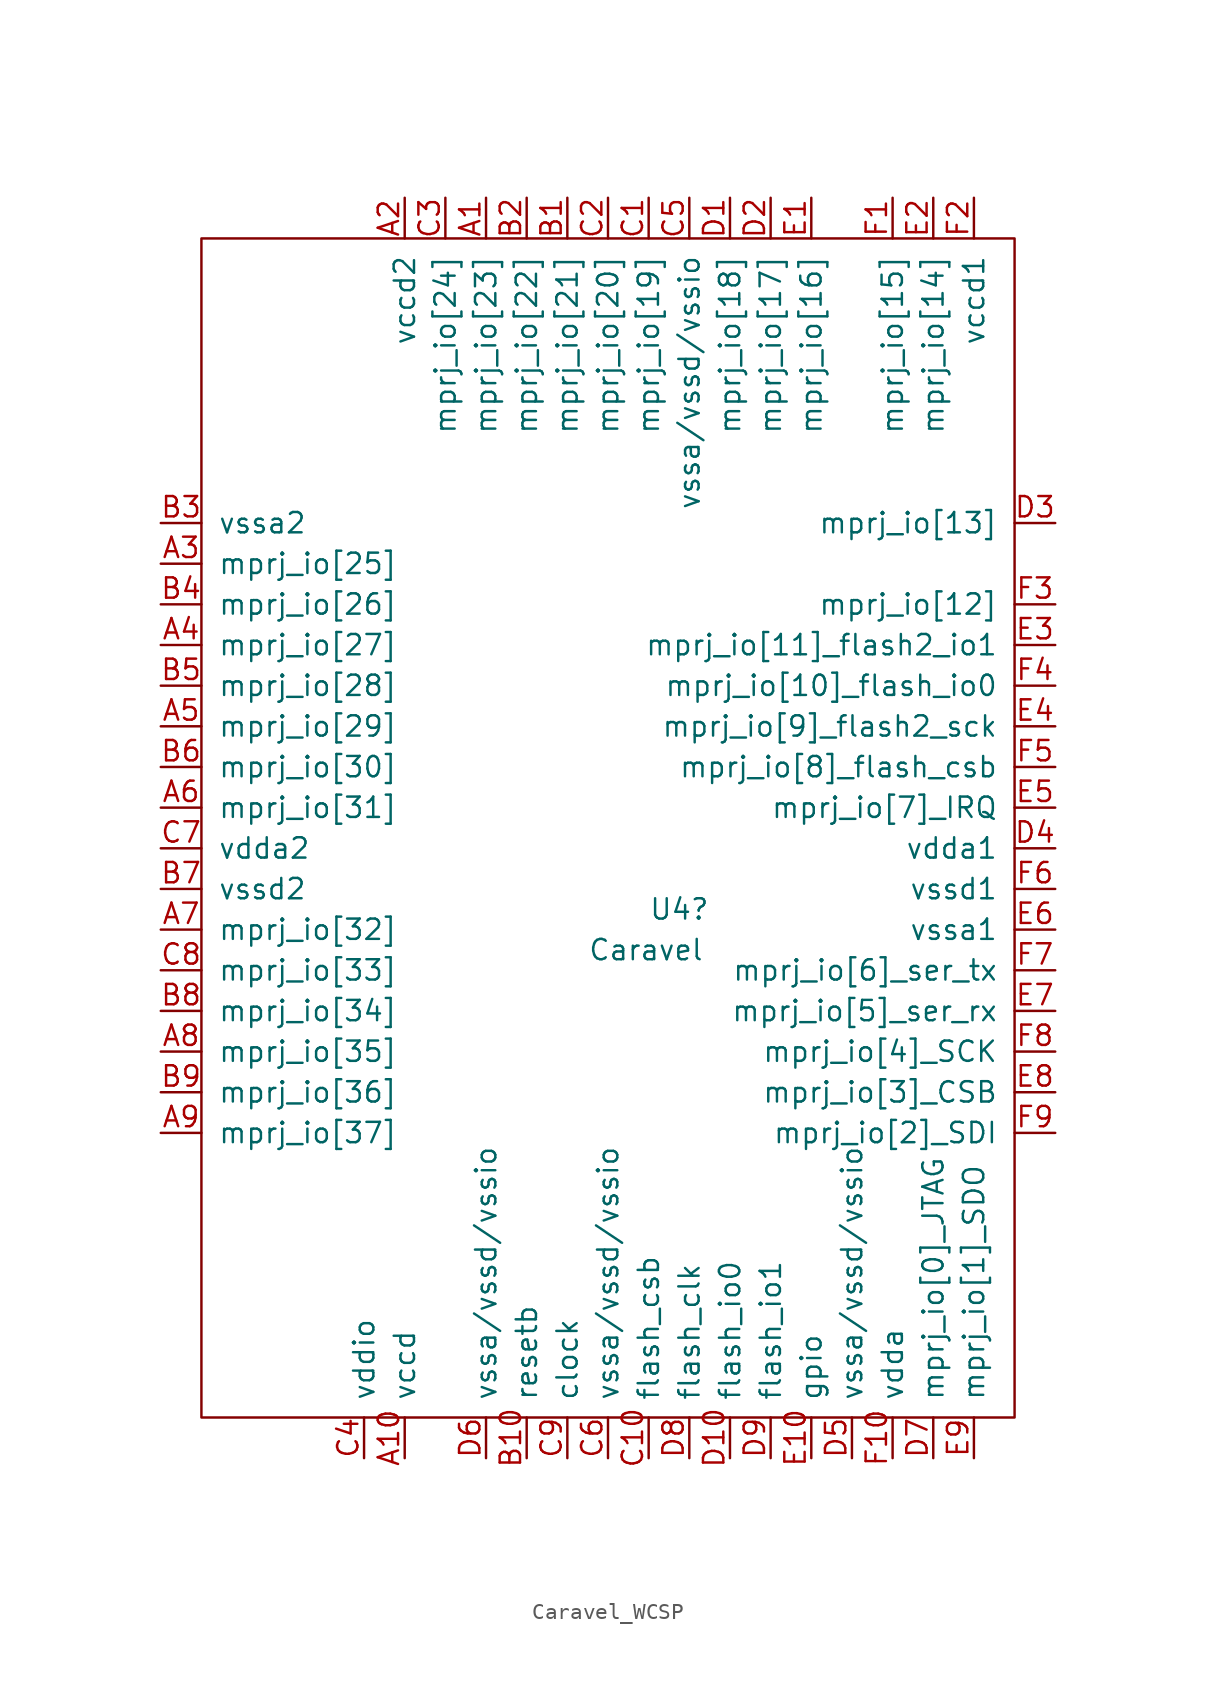
<source format=kicad_sym>
(kicad_symbol_lib
  (version 20231120)
  (generator "kicad_symbol_editor")
  (generator_version "8.0")
  (symbol "Caravel_WCSP"
    (pin_names
      (offset 1.016))
    (property "Reference" "U4"
      (at 3.81 -10.16 0)
      (effects (font (size 1.27 1.27)) (justify left)))
    (property "Value" "Caravel"
      (at 0 -12.7 0)
      (effects (font (size 1.27 1.27)) (justify left)))
    (symbol "Caravel_WCSP_0_1"
      (rectangle (start -24.13 31.75) (end 26.67 -41.91) (stroke (width 0) (type default)) (fill (type none))))
    (symbol "Caravel_WCSP_1_1"
      (pin bidirectional line (at -6.35 34.29 270) (length 2.54) (name "mprj_io[23]" (effects (font (size 1.27 1.27)))) (number "A1" (effects (font (size 1.27 1.27)))))
      (pin power_in line (at -11.43 -44.45 90) (length 2.54) (name "vccd" (effects (font (size 1.27 1.27)))) (number "A10" (effects (font (size 1.27 1.27)))))
      (pin power_in line (at -11.43 34.29 270) (length 2.54) (name "vccd2" (effects (font (size 1.27 1.27)))) (number "A2" (effects (font (size 1.27 1.27)))))
      (pin bidirectional line (at -26.67 11.43 0) (length 2.54) (name "mprj_io[25]" (effects (font (size 1.27 1.27)))) (number "A3" (effects (font (size 1.27 1.27)))))
      (pin bidirectional line (at -26.67 6.35 0) (length 2.54) (name "mprj_io[27]" (effects (font (size 1.27 1.27)))) (number "A4" (effects (font (size 1.27 1.27)))))
      (pin bidirectional line (at -26.67 1.27 0) (length 2.54) (name "mprj_io[29]" (effects (font (size 1.27 1.27)))) (number "A5" (effects (font (size 1.27 1.27)))))
      (pin bidirectional line (at -26.67 -3.81 0) (length 2.54) (name "mprj_io[31]" (effects (font (size 1.27 1.27)))) (number "A6" (effects (font (size 1.27 1.27)))))
      (pin bidirectional line (at -26.67 -11.43 0) (length 2.54) (name "mprj_io[32]" (effects (font (size 1.27 1.27)))) (number "A7" (effects (font (size 1.27 1.27)))))
      (pin bidirectional line (at -26.67 -19.05 0) (length 2.54) (name "mprj_io[35]" (effects (font (size 1.27 1.27)))) (number "A8" (effects (font (size 1.27 1.27)))))
      (pin bidirectional line (at -26.67 -24.13 0) (length 2.54) (name "mprj_io[37]" (effects (font (size 1.27 1.27)))) (number "A9" (effects (font (size 1.27 1.27)))))
      (pin bidirectional line (at -1.27 34.29 270) (length 2.54) (name "mprj_io[21]" (effects (font (size 1.27 1.27)))) (number "B1" (effects (font (size 1.27 1.27)))))
      (pin input line (at -3.81 -44.45 90) (length 2.54) (name "resetb" (effects (font (size 1.27 1.27)))) (number "B10" (effects (font (size 1.27 1.27)))))
      (pin bidirectional line (at -3.81 34.29 270) (length 2.54) (name "mprj_io[22]" (effects (font (size 1.27 1.27)))) (number "B2" (effects (font (size 1.27 1.27)))))
      (pin power_in line (at -26.67 13.97 0) (length 2.54) (name "vssa2" (effects (font (size 1.27 1.27)))) (number "B3" (effects (font (size 1.27 1.27)))))
      (pin bidirectional line (at -26.67 8.89 0) (length 2.54) (name "mprj_io[26]" (effects (font (size 1.27 1.27)))) (number "B4" (effects (font (size 1.27 1.27)))))
      (pin bidirectional line (at -26.67 3.81 0) (length 2.54) (name "mprj_io[28]" (effects (font (size 1.27 1.27)))) (number "B5" (effects (font (size 1.27 1.27)))))
      (pin bidirectional line (at -26.67 -1.27 0) (length 2.54) (name "mprj_io[30]" (effects (font (size 1.27 1.27)))) (number "B6" (effects (font (size 1.27 1.27)))))
      (pin power_in line (at -26.67 -8.89 0) (length 2.54) (name "vssd2" (effects (font (size 1.27 1.27)))) (number "B7" (effects (font (size 1.27 1.27)))))
      (pin bidirectional line (at -26.67 -16.51 0) (length 2.54) (name "mprj_io[34]" (effects (font (size 1.27 1.27)))) (number "B8" (effects (font (size 1.27 1.27)))))
      (pin bidirectional line (at -26.67 -21.59 0) (length 2.54) (name "mprj_io[36]" (effects (font (size 1.27 1.27)))) (number "B9" (effects (font (size 1.27 1.27)))))
      (pin bidirectional line (at 3.81 34.29 270) (length 2.54) (name "mprj_io[19]" (effects (font (size 1.27 1.27)))) (number "C1" (effects (font (size 1.27 1.27)))))
      (pin output line (at 3.81 -44.45 90) (length 2.54) (name "flash_csb" (effects (font (size 1.27 1.27)))) (number "C10" (effects (font (size 1.27 1.27)))))
      (pin bidirectional line (at 1.27 34.29 270) (length 2.54) (name "mprj_io[20]" (effects (font (size 1.27 1.27)))) (number "C2" (effects (font (size 1.27 1.27)))))
      (pin bidirectional line (at -8.89 34.29 270) (length 2.54) (name "mprj_io[24]" (effects (font (size 1.27 1.27)))) (number "C3" (effects (font (size 1.27 1.27)))))
      (pin power_in line (at -13.97 -44.45 90) (length 2.54) (name "vddio" (effects (font (size 1.27 1.27)))) (number "C4" (effects (font (size 1.27 1.27)))))
      (pin power_in line (at 6.35 34.29 270) (length 2.54) (name "vssa/vssd/vssio" (effects (font (size 1.27 1.27)))) (number "C5" (effects (font (size 1.27 1.27)))))
      (pin power_in line (at 1.27 -44.45 90) (length 2.54) (name "vssa/vssd/vssio" (effects (font (size 1.27 1.27)))) (number "C6" (effects (font (size 1.27 1.27)))))
      (pin power_in line (at -26.67 -6.35 0) (length 2.54) (name "vdda2" (effects (font (size 1.27 1.27)))) (number "C7" (effects (font (size 1.27 1.27)))))
      (pin bidirectional line (at -26.67 -13.97 0) (length 2.54) (name "mprj_io[33]" (effects (font (size 1.27 1.27)))) (number "C8" (effects (font (size 1.27 1.27)))))
      (pin input line (at -1.27 -44.45 90) (length 2.54) (name "clock" (effects (font (size 1.27 1.27)))) (number "C9" (effects (font (size 1.27 1.27)))))
      (pin bidirectional line (at 8.89 34.29 270) (length 2.54) (name "mprj_io[18]" (effects (font (size 1.27 1.27)))) (number "D1" (effects (font (size 1.27 1.27)))))
      (pin bidirectional line (at 8.89 -44.45 90) (length 2.54) (name "flash_io0" (effects (font (size 1.27 1.27)))) (number "D10" (effects (font (size 1.27 1.27)))))
      (pin bidirectional line (at 11.43 34.29 270) (length 2.54) (name "mprj_io[17]" (effects (font (size 1.27 1.27)))) (number "D2" (effects (font (size 1.27 1.27)))))
      (pin bidirectional line (at 29.21 13.97 180) (length 2.54) (name "mprj_io[13]" (effects (font (size 1.27 1.27)))) (number "D3" (effects (font (size 1.27 1.27)))))
      (pin power_in line (at 29.21 -6.35 180) (length 2.54) (name "vdda1" (effects (font (size 1.27 1.27)))) (number "D4" (effects (font (size 1.27 1.27)))))
      (pin power_in line (at 16.51 -44.45 90) (length 2.54) (name "vssa/vssd/vssio" (effects (font (size 1.27 1.27)))) (number "D5" (effects (font (size 1.27 1.27)))))
      (pin power_in line (at -6.35 -44.45 90) (length 2.54) (name "vssa/vssd/vssio" (effects (font (size 1.27 1.27)))) (number "D6" (effects (font (size 1.27 1.27)))))
      (pin bidirectional line (at 21.59 -44.45 90) (length 2.54) (name "mprj_io[0]_JTAG" (effects (font (size 1.27 1.27)))) (number "D7" (effects (font (size 1.27 1.27)))))
      (pin output line (at 6.35 -44.45 90) (length 2.54) (name "flash_clk" (effects (font (size 1.27 1.27)))) (number "D8" (effects (font (size 1.27 1.27)))))
      (pin bidirectional line (at 11.43 -44.45 90) (length 2.54) (name "flash_io1" (effects (font (size 1.27 1.27)))) (number "D9" (effects (font (size 1.27 1.27)))))
      (pin bidirectional line (at 13.97 34.29 270) (length 2.54) (name "mprj_io[16]" (effects (font (size 1.27 1.27)))) (number "E1" (effects (font (size 1.27 1.27)))))
      (pin bidirectional line (at 13.97 -44.45 90) (length 2.54) (name "gpio" (effects (font (size 1.27 1.27)))) (number "E10" (effects (font (size 1.27 1.27)))))
      (pin bidirectional line (at 21.59 34.29 270) (length 2.54) (name "mprj_io[14]" (effects (font (size 1.27 1.27)))) (number "E2" (effects (font (size 1.27 1.27)))))
      (pin bidirectional line (at 29.21 6.35 180) (length 2.54) (name "mprj_io[11]_flash2_io1" (effects (font (size 1.27 1.27)))) (number "E3" (effects (font (size 1.27 1.27)))))
      (pin bidirectional line (at 29.21 1.27 180) (length 2.54) (name "mprj_io[9]_flash2_sck" (effects (font (size 1.27 1.27)))) (number "E4" (effects (font (size 1.27 1.27)))))
      (pin bidirectional line (at 29.21 -3.81 180) (length 2.54) (name "mprj_io[7]_IRQ" (effects (font (size 1.27 1.27)))) (number "E5" (effects (font (size 1.27 1.27)))))
      (pin power_in line (at 29.21 -11.43 180) (length 2.54) (name "vssa1" (effects (font (size 1.27 1.27)))) (number "E6" (effects (font (size 1.27 1.27)))))
      (pin bidirectional line (at 29.21 -16.51 180) (length 2.54) (name "mprj_io[5]_ser_rx" (effects (font (size 1.27 1.27)))) (number "E7" (effects (font (size 1.27 1.27)))))
      (pin bidirectional line (at 29.21 -21.59 180) (length 2.54) (name "mprj_io[3]_CSB" (effects (font (size 1.27 1.27)))) (number "E8" (effects (font (size 1.27 1.27)))))
      (pin bidirectional line (at 24.13 -44.45 90) (length 2.54) (name "mprj_io[1]_SDO" (effects (font (size 1.27 1.27)))) (number "E9" (effects (font (size 1.27 1.27)))))
      (pin bidirectional line (at 19.05 34.29 270) (length 2.54) (name "mprj_io[15]" (effects (font (size 1.27 1.27)))) (number "F1" (effects (font (size 1.27 1.27)))))
      (pin power_in line (at 19.05 -44.45 90) (length 2.54) (name "vdda" (effects (font (size 1.27 1.27)))) (number "F10" (effects (font (size 1.27 1.27)))))
      (pin power_in line (at 24.13 34.29 270) (length 2.54) (name "vccd1" (effects (font (size 1.27 1.27)))) (number "F2" (effects (font (size 1.27 1.27)))))
      (pin bidirectional line (at 29.21 8.89 180) (length 2.54) (name "mprj_io[12]" (effects (font (size 1.27 1.27)))) (number "F3" (effects (font (size 1.27 1.27)))))
      (pin bidirectional line (at 29.21 3.81 180) (length 2.54) (name "mprj_io[10]_flash_io0" (effects (font (size 1.27 1.27)))) (number "F4" (effects (font (size 1.27 1.27)))))
      (pin bidirectional line (at 29.21 -1.27 180) (length 2.54) (name "mprj_io[8]_flash_csb" (effects (font (size 1.27 1.27)))) (number "F5" (effects (font (size 1.27 1.27)))))
      (pin power_in line (at 29.21 -8.89 180) (length 2.54) (name "vssd1" (effects (font (size 1.27 1.27)))) (number "F6" (effects (font (size 1.27 1.27)))))
      (pin bidirectional line (at 29.21 -13.97 180) (length 2.54) (name "mprj_io[6]_ser_tx" (effects (font (size 1.27 1.27)))) (number "F7" (effects (font (size 1.27 1.27)))))
      (pin bidirectional line (at 29.21 -19.05 180) (length 2.54) (name "mprj_io[4]_SCK" (effects (font (size 1.27 1.27)))) (number "F8" (effects (font (size 1.27 1.27)))))
      (pin bidirectional line (at 29.21 -24.13 180) (length 2.54) (name "mprj_io[2]_SDI" (effects (font (size 1.27 1.27)))) (number "F9" (effects (font (size 1.27 1.27))))))))
</source>
